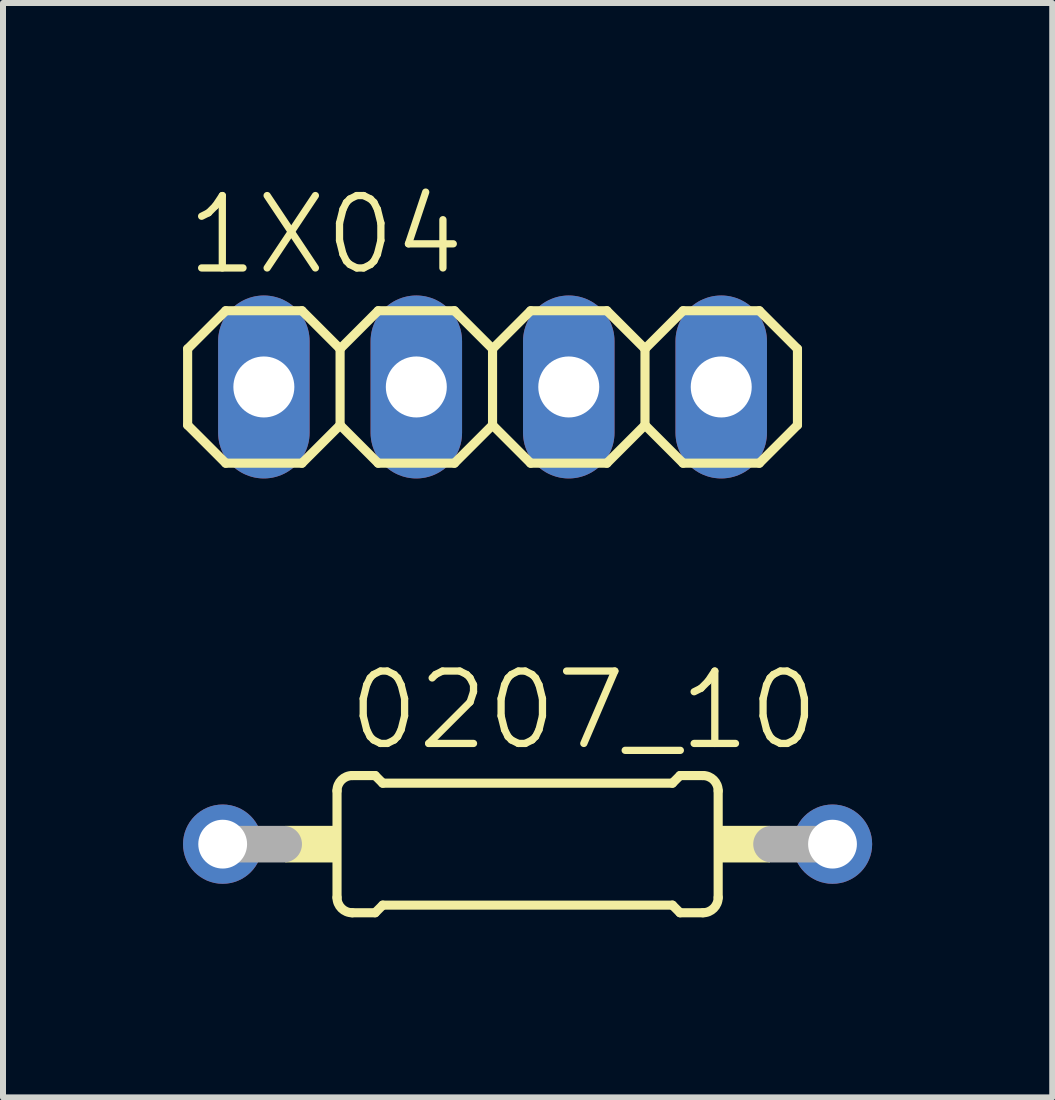
<source format=kicad_pcb>
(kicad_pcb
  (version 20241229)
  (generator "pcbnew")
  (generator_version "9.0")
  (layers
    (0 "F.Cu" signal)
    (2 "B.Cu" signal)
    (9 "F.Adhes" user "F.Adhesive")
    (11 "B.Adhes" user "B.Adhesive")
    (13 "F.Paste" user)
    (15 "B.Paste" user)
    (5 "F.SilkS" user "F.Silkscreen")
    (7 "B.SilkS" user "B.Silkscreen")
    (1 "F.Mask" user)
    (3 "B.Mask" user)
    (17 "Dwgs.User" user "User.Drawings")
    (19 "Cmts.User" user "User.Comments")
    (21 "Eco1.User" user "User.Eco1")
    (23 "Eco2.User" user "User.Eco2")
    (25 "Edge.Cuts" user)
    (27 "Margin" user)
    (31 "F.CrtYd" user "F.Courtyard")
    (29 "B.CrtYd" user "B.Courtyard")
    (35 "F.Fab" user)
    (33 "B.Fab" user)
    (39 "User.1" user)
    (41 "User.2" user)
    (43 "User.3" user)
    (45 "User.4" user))
  (footprint "0207_10"
    (layer "F.Cu")
    (at 5.74 11.014)
    (property "Reference" "0207_10" (at -3.048 -1.524 0) (layer "F.SilkS") (effects (font (size 1.206 1.206) (thickness 0.121)) (justify left bottom)))
    (attr through_hole)
    (fp_line (start -3.175 0.889) (end -3.175 -0.889) (stroke (width 0.152) (type solid)) (layer "F.SilkS"))
    (fp_line (start -2.921 -1.143) (end -2.54 -1.143) (stroke (width 0.152) (type solid)) (layer "F.SilkS"))
    (fp_line (start -2.921 1.143) (end -2.54 1.143) (stroke (width 0.152) (type solid)) (layer "F.SilkS"))
    (fp_line (start -2.413 -1.016) (end -2.54 -1.143) (stroke (width 0.152) (type solid)) (layer "F.SilkS"))
    (fp_line (start -2.413 1.016) (end -2.54 1.143) (stroke (width 0.152) (type solid)) (layer "F.SilkS"))
    (fp_line (start 2.413 -1.016) (end -2.413 -1.016) (stroke (width 0.152) (type solid)) (layer "F.SilkS"))
    (fp_line (start 2.413 -1.016) (end 2.54 -1.143) (stroke (width 0.152) (type solid)) (layer "F.SilkS"))
    (fp_line (start 2.413 1.016) (end -2.413 1.016) (stroke (width 0.152) (type solid)) (layer "F.SilkS"))
    (fp_line (start 2.413 1.016) (end 2.54 1.143) (stroke (width 0.152) (type solid)) (layer "F.SilkS"))
    (fp_line (start 2.921 -1.143) (end 2.54 -1.143) (stroke (width 0.152) (type solid)) (layer "F.SilkS"))
    (fp_line (start 2.921 1.143) (end 2.54 1.143) (stroke (width 0.152) (type solid)) (layer "F.SilkS"))
    (fp_line (start 3.175 0.889) (end 3.175 -0.889) (stroke (width 0.152) (type solid)) (layer "F.SilkS"))
    (fp_arc (start -3.175 -0.889) (mid -3.100605 -1.068605) (end -2.921 -1.143) (stroke (width 0.1524) (type solid)) (layer "F.SilkS"))
    (fp_arc (start -2.921 1.143) (mid -3.100605 1.068605) (end -3.175 0.889) (stroke (width 0.1524) (type solid)) (layer "F.SilkS"))
    (fp_arc (start 2.921 -1.143) (mid 3.100605 -1.068605) (end 3.175 -0.889) (stroke (width 0.1524) (type solid)) (layer "F.SilkS"))
    (fp_arc (start 3.175 0.889) (mid 3.100605 1.068605) (end 2.921 1.143) (stroke (width 0.1524) (type solid)) (layer "F.SilkS"))
    (fp_poly (pts (xy -4.039 0.305) (xy -3.175 0.305) (xy -3.175 -0.305) (xy -4.039 -0.305)) (stroke (width 0) (type solid)) (fill yes) (layer "F.SilkS"))
    (fp_poly (pts (xy 3.175 0.305) (xy 4.039 0.305) (xy 4.039 -0.305) (xy 3.175 -0.305)) (stroke (width 0) (type solid)) (fill yes) (layer "F.SilkS"))
    (fp_line (start -5.08 0) (end -4.064 0) (stroke (width 0.61) (type solid)) (layer "F.Fab"))
    (fp_line (start 5.08 0) (end 4.064 0) (stroke (width 0.61) (type solid)) (layer "F.Fab"))
    (pad "1" thru_hole circle (at -5.08 0) (size 1.321 1.321) (drill 0.813) (layers "*.Cu" "*.Mask"))
    (pad "2" thru_hole circle (at 5.08 0) (size 1.321 1.321) (drill 0.813) (layers "*.Cu" "*.Mask")))
  (footprint "1X04"
    (layer "F.Cu")
    (at 5.156 3.397)
    (property "Reference" "1X04" (at -5.156 -1.829 0) (layer "F.SilkS") (effects (font (size 1.206 1.206) (thickness 0.121)) (justify left bottom)))
    (attr through_hole)
    (fp_line (start -5.08 -0.635) (end -5.08 0.635) (stroke (width 0.152) (type solid)) (layer "F.SilkS"))
    (fp_line (start -5.08 0.635) (end -4.445 1.27) (stroke (width 0.152) (type solid)) (layer "F.SilkS"))
    (fp_line (start -4.445 -1.27) (end -5.08 -0.635) (stroke (width 0.152) (type solid)) (layer "F.SilkS"))
    (fp_line (start -4.445 -1.27) (end -3.175 -1.27) (stroke (width 0.152) (type solid)) (layer "F.SilkS"))
    (fp_line (start -3.175 -1.27) (end -2.54 -0.635) (stroke (width 0.152) (type solid)) (layer "F.SilkS"))
    (fp_line (start -3.175 1.27) (end -4.445 1.27) (stroke (width 0.152) (type solid)) (layer "F.SilkS"))
    (fp_line (start -2.54 -0.635) (end -2.54 0.635) (stroke (width 0.152) (type solid)) (layer "F.SilkS"))
    (fp_line (start -2.54 -0.635) (end -1.905 -1.27) (stroke (width 0.152) (type solid)) (layer "F.SilkS"))
    (fp_line (start -2.54 0.635) (end -3.175 1.27) (stroke (width 0.152) (type solid)) (layer "F.SilkS"))
    (fp_line (start -1.905 -1.27) (end -0.635 -1.27) (stroke (width 0.152) (type solid)) (layer "F.SilkS"))
    (fp_line (start -1.905 1.27) (end -2.54 0.635) (stroke (width 0.152) (type solid)) (layer "F.SilkS"))
    (fp_line (start -0.635 -1.27) (end 0 -0.635) (stroke (width 0.152) (type solid)) (layer "F.SilkS"))
    (fp_line (start -0.635 1.27) (end -1.905 1.27) (stroke (width 0.152) (type solid)) (layer "F.SilkS"))
    (fp_line (start 0 -0.635) (end 0 0.635) (stroke (width 0.152) (type solid)) (layer "F.SilkS"))
    (fp_line (start 0 -0.635) (end 0.635 -1.27) (stroke (width 0.152) (type solid)) (layer "F.SilkS"))
    (fp_line (start 0 0.635) (end -0.635 1.27) (stroke (width 0.152) (type solid)) (layer "F.SilkS"))
    (fp_line (start 0.635 -1.27) (end 1.905 -1.27) (stroke (width 0.152) (type solid)) (layer "F.SilkS"))
    (fp_line (start 0.635 1.27) (end 0 0.635) (stroke (width 0.152) (type solid)) (layer "F.SilkS"))
    (fp_line (start 1.905 -1.27) (end 2.54 -0.635) (stroke (width 0.152) (type solid)) (layer "F.SilkS"))
    (fp_line (start 1.905 1.27) (end 0.635 1.27) (stroke (width 0.152) (type solid)) (layer "F.SilkS"))
    (fp_line (start 2.54 -0.635) (end 2.54 0.635) (stroke (width 0.152) (type solid)) (layer "F.SilkS"))
    (fp_line (start 2.54 0.635) (end 1.905 1.27) (stroke (width 0.152) (type solid)) (layer "F.SilkS"))
    (fp_line (start 2.54 0.635) (end 3.175 1.27) (stroke (width 0.152) (type solid)) (layer "F.SilkS"))
    (fp_line (start 3.175 -1.27) (end 2.54 -0.635) (stroke (width 0.152) (type solid)) (layer "F.SilkS"))
    (fp_line (start 3.175 -1.27) (end 4.445 -1.27) (stroke (width 0.152) (type solid)) (layer "F.SilkS"))
    (fp_line (start 4.445 -1.27) (end 5.08 -0.635) (stroke (width 0.152) (type solid)) (layer "F.SilkS"))
    (fp_line (start 4.445 1.27) (end 3.175 1.27) (stroke (width 0.152) (type solid)) (layer "F.SilkS"))
    (fp_line (start 5.08 -0.635) (end 5.08 0.635) (stroke (width 0.152) (type solid)) (layer "F.SilkS"))
    (fp_line (start 5.08 0.635) (end 4.445 1.27) (stroke (width 0.152) (type solid)) (layer "F.SilkS"))
    (fp_poly (pts (xy -4.064 0.254) (xy -3.556 0.254) (xy -3.556 -0.254) (xy -4.064 -0.254)) (stroke (width 0.1) (type solid)) (fill no) (layer "F.Fab"))
    (fp_poly (pts (xy -1.524 0.254) (xy -1.016 0.254) (xy -1.016 -0.254) (xy -1.524 -0.254)) (stroke (width 0.1) (type solid)) (fill no) (layer "F.Fab"))
    (fp_poly (pts (xy 1.016 0.254) (xy 1.524 0.254) (xy 1.524 -0.254) (xy 1.016 -0.254)) (stroke (width 0.1) (type solid)) (fill no) (layer "F.Fab"))
    (fp_poly (pts (xy 3.556 0.254) (xy 4.064 0.254) (xy 4.064 -0.254) (xy 3.556 -0.254)) (stroke (width 0.1) (type solid)) (fill no) (layer "F.Fab"))
    (pad "1" thru_hole oval (at -3.81 0 90) (size 3.048 1.524) (drill 1.016) (layers "*.Cu" "*.Mask"))
    (pad "2" thru_hole oval (at -1.27 0 90) (size 3.048 1.524) (drill 1.016) (layers "*.Cu" "*.Mask"))
    (pad "3" thru_hole oval (at 1.27 0 90) (size 3.048 1.524) (drill 1.016) (layers "*.Cu" "*.Mask"))
    (pad "4" thru_hole oval (at 3.81 0 90) (size 3.048 1.524) (drill 1.016) (layers "*.Cu" "*.Mask")))
  (gr_rect
    (start -3 -3)
    (end 14.481 15.233)
    (stroke (width 0.1) (type default))
    (fill no)
    (layer "Edge.Cuts")))
</source>
